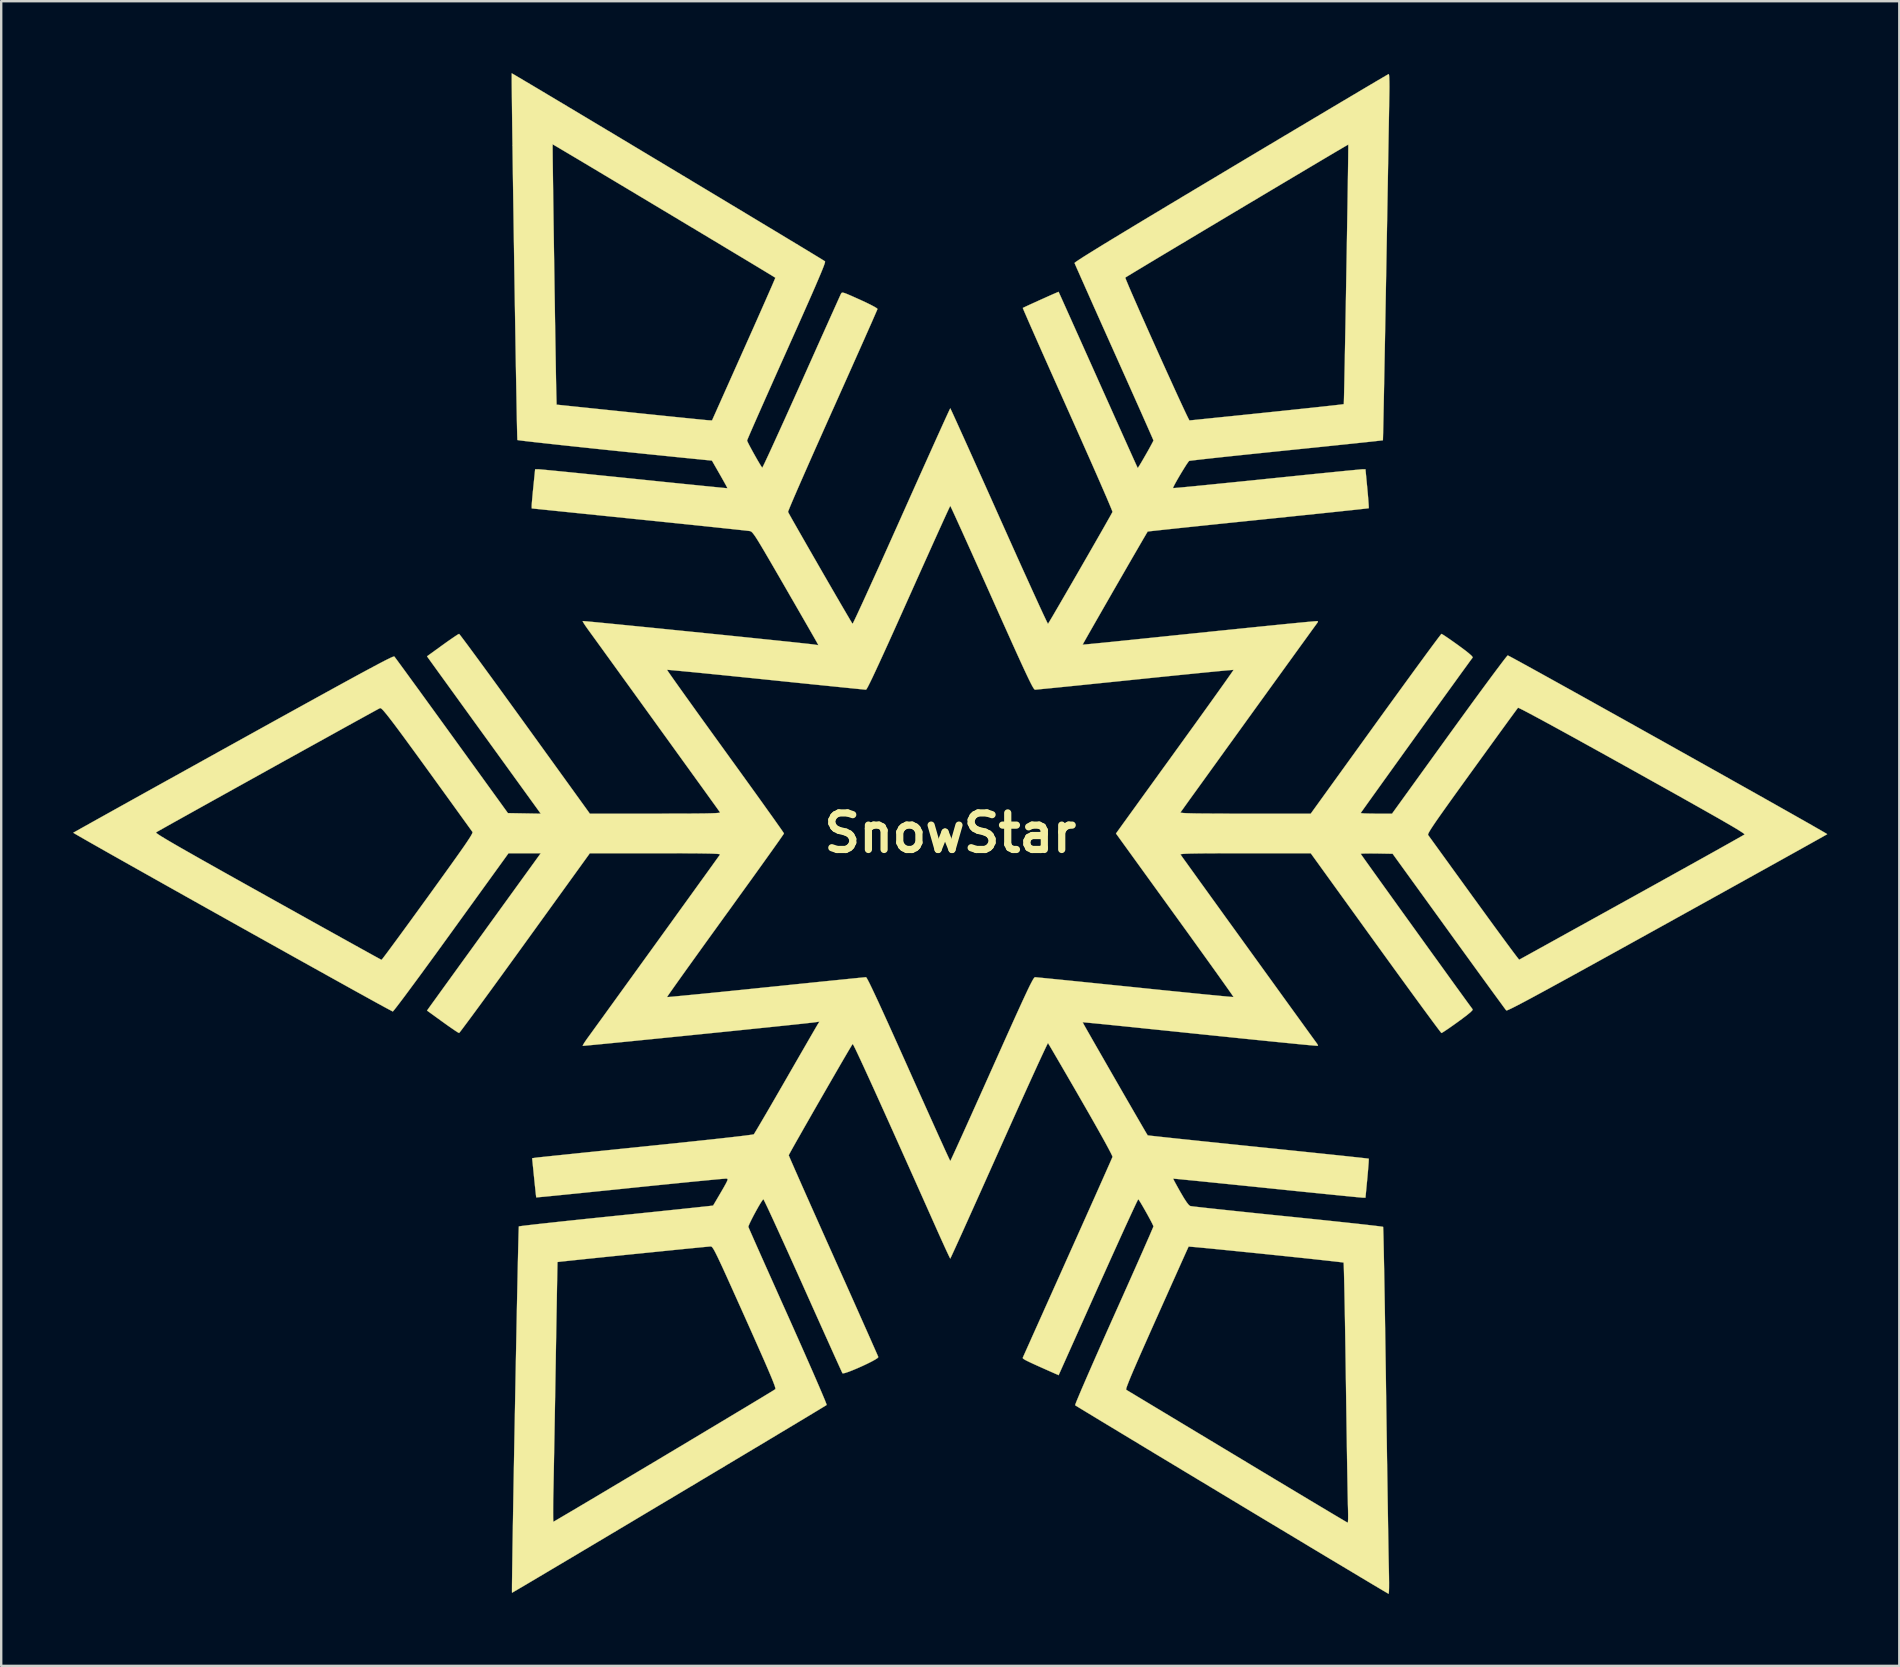
<source format=kicad_pcb>
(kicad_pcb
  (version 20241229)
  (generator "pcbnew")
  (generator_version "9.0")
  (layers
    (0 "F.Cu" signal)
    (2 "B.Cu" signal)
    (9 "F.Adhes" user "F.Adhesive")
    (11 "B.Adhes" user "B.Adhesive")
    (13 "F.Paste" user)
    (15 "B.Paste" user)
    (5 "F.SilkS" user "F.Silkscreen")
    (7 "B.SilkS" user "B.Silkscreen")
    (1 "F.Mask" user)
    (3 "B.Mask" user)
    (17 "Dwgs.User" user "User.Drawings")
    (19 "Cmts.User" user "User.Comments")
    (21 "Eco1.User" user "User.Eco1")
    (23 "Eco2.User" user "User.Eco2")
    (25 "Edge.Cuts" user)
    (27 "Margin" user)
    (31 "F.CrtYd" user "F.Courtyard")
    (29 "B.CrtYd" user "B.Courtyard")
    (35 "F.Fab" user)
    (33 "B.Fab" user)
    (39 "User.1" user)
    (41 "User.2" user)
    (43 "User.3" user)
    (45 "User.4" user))
  (footprint "SnowStar"
    (layer "F.Cu")
    (at 36.547 31.658)
    (property "Reference" "SnowStar" (at 0 0 0) (layer "F.SilkS") (effects (font (size 1.524 1.524) (thickness 0.3))))
    (attr through_hole)
    (fp_poly (pts (xy -18.236 -31.633) (xy -18.13 -31.572) (xy -17.962 -31.472) (xy -17.734 -31.337) (xy -17.451 -31.169) (xy -17.117 -30.971) (xy -16.738 -30.744) (xy -16.317 -30.493) (xy -15.859 -30.219) (xy -15.369 -29.926) (xy -14.849 -29.615) (xy -14.307 -29.29) (xy -13.744 -28.953) (xy -13.167 -28.607) (xy -12.579 -28.254) (xy -11.984 -27.897) (xy -11.388 -27.539) (xy -10.795 -27.183) (xy -10.209 -26.831) (xy -9.634 -26.486) (xy -9.075 -26.149) (xy -8.536 -25.825) (xy -8.023 -25.516) (xy -7.538 -25.224) (xy -7.087 -24.953) (xy -6.674 -24.703) (xy -6.304 -24.48) (xy -5.98 -24.284) (xy -5.708 -24.119) (xy -5.491 -23.987) (xy -5.335 -23.891) (xy -5.243 -23.833) (xy -5.219 -23.818) (xy -5.218 -23.792) (xy -5.233 -23.732) (xy -5.268 -23.632) (xy -5.323 -23.49) (xy -5.4 -23.302) (xy -5.501 -23.064) (xy -5.626 -22.772) (xy -5.778 -22.423) (xy -5.959 -22.013) (xy -6.169 -21.539) (xy -6.41 -20.997) (xy -6.685 -20.383) (xy -6.817 -20.087) (xy -7.053 -19.56) (xy -7.279 -19.054) (xy -7.492 -18.575) (xy -7.691 -18.128) (xy -7.872 -17.719) (xy -8.034 -17.353) (xy -8.174 -17.035) (xy -8.289 -16.772) (xy -8.378 -16.567) (xy -8.437 -16.427) (xy -8.465 -16.358) (xy -8.467 -16.351) (xy -8.447 -16.299) (xy -8.393 -16.19) (xy -8.314 -16.041) (xy -8.22 -15.868) (xy -8.119 -15.688) (xy -8.021 -15.516) (xy -7.935 -15.371) (xy -7.87 -15.267) (xy -7.835 -15.221) (xy -7.834 -15.22) (xy -7.813 -15.256) (xy -7.76 -15.363) (xy -7.678 -15.537) (xy -7.568 -15.772) (xy -7.434 -16.063) (xy -7.278 -16.405) (xy -7.102 -16.792) (xy -6.908 -17.219) (xy -6.7 -17.681) (xy -6.479 -18.172) (xy -6.248 -18.687) (xy -6.203 -18.788) (xy -5.97 -19.31) (xy -5.746 -19.81) (xy -5.534 -20.285) (xy -5.336 -20.727) (xy -5.154 -21.132) (xy -4.992 -21.493) (xy -4.851 -21.807) (xy -4.735 -22.065) (xy -4.645 -22.265) (xy -4.585 -22.398) (xy -4.556 -22.461) (xy -4.554 -22.464) (xy -4.536 -22.495) (xy -4.511 -22.512) (xy -4.467 -22.512) (xy -4.394 -22.493) (xy -4.282 -22.449) (xy -4.119 -22.379) (xy -3.895 -22.279) (xy -3.768 -22.222) (xy -3.523 -22.109) (xy -3.317 -22.008) (xy -3.16 -21.925) (xy -3.062 -21.865) (xy -3.033 -21.834) (xy -3.05 -21.789) (xy -3.101 -21.672) (xy -3.181 -21.488) (xy -3.289 -21.241) (xy -3.424 -20.938) (xy -3.581 -20.582) (xy -3.76 -20.18) (xy -3.958 -19.736) (xy -4.172 -19.255) (xy -4.401 -18.743) (xy -4.642 -18.204) (xy -4.893 -17.643) (xy -4.908 -17.611) (xy -5.159 -17.049) (xy -5.4 -16.508) (xy -5.629 -15.994) (xy -5.843 -15.51) (xy -6.04 -15.063) (xy -6.218 -14.658) (xy -6.375 -14.299) (xy -6.508 -13.991) (xy -6.615 -13.74) (xy -6.694 -13.551) (xy -6.743 -13.429) (xy -6.76 -13.378) (xy -6.76 -13.377) (xy -6.736 -13.331) (xy -6.675 -13.22) (xy -6.58 -13.05) (xy -6.455 -12.831) (xy -6.306 -12.569) (xy -6.136 -12.272) (xy -5.95 -11.947) (xy -5.753 -11.604) (xy -5.548 -11.248) (xy -5.341 -10.888) (xy -5.135 -10.531) (xy -4.935 -10.185) (xy -4.745 -9.858) (xy -4.571 -9.558) (xy -4.415 -9.291) (xy -4.283 -9.066) (xy -4.18 -8.89) (xy -4.108 -8.771) (xy -4.074 -8.716) (xy -4.072 -8.714) (xy -4.051 -8.748) (xy -3.998 -8.855) (xy -3.915 -9.03) (xy -3.805 -9.267) (xy -3.668 -9.563) (xy -3.508 -9.913) (xy -3.327 -10.312) (xy -3.126 -10.754) (xy -2.908 -11.236) (xy -2.676 -11.752) (xy -2.431 -12.298) (xy -2.175 -12.869) (xy -2.032 -13.189) (xy -1.771 -13.773) (xy -1.52 -14.334) (xy -1.281 -14.868) (xy -1.055 -15.371) (xy -0.845 -15.838) (xy -0.654 -16.263) (xy -0.483 -16.642) (xy -0.334 -16.971) (xy -0.21 -17.244) (xy -0.112 -17.457) (xy -0.044 -17.604) (xy -0.006 -17.682) (xy 0 -17.693) (xy 0.02 -17.655) (xy 0.072 -17.545) (xy 0.154 -17.366) (xy 0.264 -17.125) (xy 0.399 -16.826) (xy 0.559 -16.473) (xy 0.74 -16.072) (xy 0.94 -15.627) (xy 1.157 -15.143) (xy 1.39 -14.625) (xy 1.635 -14.078) (xy 1.891 -13.506) (xy 2.032 -13.189) (xy 2.293 -12.607) (xy 2.544 -12.046) (xy 2.783 -11.513) (xy 3.009 -11.012) (xy 3.22 -10.548) (xy 3.412 -10.124) (xy 3.584 -9.748) (xy 3.733 -9.422) (xy 3.858 -9.152) (xy 3.957 -8.942) (xy 4.026 -8.798) (xy 4.065 -8.723) (xy 4.072 -8.714) (xy 4.1 -8.756) (xy 4.165 -8.865) (xy 4.264 -9.031) (xy 4.391 -9.249) (xy 4.543 -9.509) (xy 4.714 -9.804) (xy 4.901 -10.127) (xy 5.1 -10.47) (xy 5.305 -10.825) (xy 5.512 -11.185) (xy 5.718 -11.542) (xy 5.917 -11.889) (xy 6.105 -12.217) (xy 6.278 -12.519) (xy 6.431 -12.788) (xy 6.56 -13.016) (xy 6.661 -13.194) (xy 6.728 -13.316) (xy 6.759 -13.374) (xy 6.76 -13.377) (xy 6.745 -13.424) (xy 6.698 -13.542) (xy 6.62 -13.728) (xy 6.515 -13.976) (xy 6.383 -14.28) (xy 6.228 -14.637) (xy 6.051 -15.041) (xy 5.855 -15.486) (xy 5.641 -15.968) (xy 5.413 -16.482) (xy 5.172 -17.023) (xy 4.921 -17.586) (xy 4.892 -17.65) (xy 4.64 -18.214) (xy 4.398 -18.755) (xy 4.168 -19.27) (xy 3.953 -19.753) (xy 3.755 -20.199) (xy 3.576 -20.604) (xy 3.418 -20.962) (xy 3.283 -21.268) (xy 3.175 -21.517) (xy 3.093 -21.705) (xy 3.042 -21.826) (xy 3.023 -21.875) (xy 3.023 -21.876) (xy 3.065 -21.897) (xy 3.168 -21.946) (xy 3.319 -22.016) (xy 3.504 -22.1) (xy 3.706 -22.192) (xy 3.914 -22.285) (xy 4.111 -22.374) (xy 4.283 -22.45) (xy 4.417 -22.508) (xy 4.498 -22.542) (xy 4.515 -22.548) (xy 4.532 -22.509) (xy 4.582 -22.399) (xy 4.662 -22.222) (xy 4.769 -21.983) (xy 4.901 -21.689) (xy 5.056 -21.344) (xy 5.231 -20.953) (xy 5.424 -20.523) (xy 5.632 -20.058) (xy 5.854 -19.563) (xy 6.086 -19.045) (xy 6.159 -18.881) (xy 6.394 -18.356) (xy 6.62 -17.853) (xy 6.833 -17.377) (xy 7.031 -16.935) (xy 7.212 -16.531) (xy 7.374 -16.171) (xy 7.514 -15.859) (xy 7.63 -15.602) (xy 7.719 -15.404) (xy 7.78 -15.272) (xy 7.808 -15.21) (xy 7.811 -15.205) (xy 7.834 -15.235) (xy 7.89 -15.323) (xy 7.97 -15.456) (xy 8.064 -15.618) (xy 8.165 -15.794) (xy 8.264 -15.968) (xy 8.351 -16.127) (xy 8.419 -16.254) (xy 8.46 -16.335) (xy 8.467 -16.355) (xy 8.45 -16.397) (xy 8.401 -16.511) (xy 8.321 -16.692) (xy 8.215 -16.933) (xy 8.083 -17.231) (xy 7.929 -17.579) (xy 7.754 -17.971) (xy 7.561 -18.404) (xy 7.353 -18.87) (xy 7.131 -19.366) (xy 6.899 -19.884) (xy 6.831 -20.036) (xy 6.596 -20.561) (xy 6.37 -21.065) (xy 6.157 -21.542) (xy 5.958 -21.987) (xy 5.777 -22.395) (xy 5.615 -22.759) (xy 5.475 -23.075) (xy 5.445 -23.141) (xy 7.294 -23.141) (xy 7.306 -23.099) (xy 7.351 -22.987) (xy 7.424 -22.812) (xy 7.522 -22.582) (xy 7.643 -22.304) (xy 7.783 -21.986) (xy 7.938 -21.633) (xy 8.107 -21.254) (xy 8.284 -20.855) (xy 8.468 -20.445) (xy 8.654 -20.03) (xy 8.84 -19.617) (xy 9.023 -19.213) (xy 9.199 -18.827) (xy 9.364 -18.464) (xy 9.516 -18.132) (xy 9.652 -17.839) (xy 9.767 -17.592) (xy 9.86 -17.397) (xy 9.926 -17.263) (xy 9.963 -17.195) (xy 9.969 -17.189) (xy 10.017 -17.194) (xy 10.143 -17.206) (xy 10.339 -17.226) (xy 10.6 -17.253) (xy 10.919 -17.286) (xy 11.289 -17.324) (xy 11.704 -17.366) (xy 12.157 -17.413) (xy 12.641 -17.463) (xy 13.15 -17.516) (xy 13.197 -17.521) (xy 13.708 -17.574) (xy 14.193 -17.625) (xy 14.647 -17.673) (xy 15.063 -17.717) (xy 15.434 -17.757) (xy 15.755 -17.792) (xy 16.018 -17.821) (xy 16.217 -17.844) (xy 16.345 -17.86) (xy 16.397 -17.868) (xy 16.397 -17.868) (xy 16.4 -17.912) (xy 16.404 -18.034) (xy 16.409 -18.229) (xy 16.415 -18.489) (xy 16.422 -18.81) (xy 16.429 -19.185) (xy 16.438 -19.608) (xy 16.446 -20.072) (xy 16.456 -20.572) (xy 16.466 -21.101) (xy 16.476 -21.654) (xy 16.486 -22.224) (xy 16.496 -22.805) (xy 16.506 -23.391) (xy 16.516 -23.975) (xy 16.526 -24.553) (xy 16.535 -25.117) (xy 16.544 -25.661) (xy 16.553 -26.18) (xy 16.56 -26.666) (xy 16.567 -27.115) (xy 16.573 -27.52) (xy 16.578 -27.874) (xy 16.582 -28.172) (xy 16.584 -28.408) (xy 16.586 -28.575) (xy 16.585 -28.667) (xy 16.585 -28.684) (xy 16.548 -28.664) (xy 16.444 -28.604) (xy 16.277 -28.506) (xy 16.054 -28.375) (xy 15.779 -28.212) (xy 15.458 -28.022) (xy 15.096 -27.807) (xy 14.698 -27.57) (xy 14.269 -27.315) (xy 13.815 -27.045) (xy 13.341 -26.763) (xy 12.852 -26.471) (xy 12.353 -26.174) (xy 11.85 -25.874) (xy 11.348 -25.574) (xy 10.853 -25.278) (xy 10.368 -24.989) (xy 9.901 -24.709) (xy 9.455 -24.443) (xy 9.036 -24.192) (xy 8.65 -23.961) (xy 8.302 -23.752) (xy 7.997 -23.568) (xy 7.739 -23.413) (xy 7.536 -23.29) (xy 7.391 -23.202) (xy 7.31 -23.152) (xy 7.294 -23.141) (xy 5.445 -23.141) (xy 5.359 -23.337) (xy 5.269 -23.539) (xy 5.209 -23.676) (xy 5.181 -23.744) (xy 5.179 -23.749) (xy 5.201 -23.772) (xy 5.272 -23.823) (xy 5.393 -23.904) (xy 5.567 -24.016) (xy 5.796 -24.159) (xy 6.08 -24.335) (xy 6.421 -24.545) (xy 6.822 -24.789) (xy 7.283 -25.068) (xy 7.807 -25.385) (xy 8.395 -25.739) (xy 9.049 -26.132) (xy 9.77 -26.564) (xy 10.561 -27.037) (xy 11.422 -27.552) (xy 11.699 -27.718) (xy 12.382 -28.126) (xy 13.047 -28.523) (xy 13.689 -28.906) (xy 14.303 -29.272) (xy 14.888 -29.62) (xy 15.438 -29.948) (xy 15.951 -30.253) (xy 16.422 -30.533) (xy 16.849 -30.786) (xy 17.226 -31.01) (xy 17.552 -31.203) (xy 17.821 -31.362) (xy 18.031 -31.485) (xy 18.178 -31.571) (xy 18.258 -31.616) (xy 18.272 -31.623) (xy 18.283 -31.583) (xy 18.292 -31.472) (xy 18.297 -31.304) (xy 18.299 -31.092) (xy 18.297 -30.893) (xy 18.281 -29.947) (xy 18.264 -29.004) (xy 18.248 -28.066) (xy 18.232 -27.138) (xy 18.216 -26.224) (xy 18.2 -25.326) (xy 18.184 -24.449) (xy 18.169 -23.597) (xy 18.154 -22.774) (xy 18.14 -21.982) (xy 18.126 -21.227) (xy 18.113 -20.512) (xy 18.1 -19.841) (xy 18.088 -19.217) (xy 18.077 -18.644) (xy 18.067 -18.126) (xy 18.058 -17.668) (xy 18.05 -17.271) (xy 18.043 -16.942) (xy 18.037 -16.682) (xy 18.032 -16.497) (xy 18.029 -16.39) (xy 18.027 -16.362) (xy 17.984 -16.356) (xy 17.862 -16.342) (xy 17.668 -16.32) (xy 17.407 -16.292) (xy 17.085 -16.258) (xy 16.708 -16.218) (xy 16.281 -16.174) (xy 15.811 -16.125) (xy 15.303 -16.072) (xy 14.763 -16.017) (xy 14.197 -15.959) (xy 14.012 -15.94) (xy 13.438 -15.881) (xy 12.888 -15.824) (xy 12.366 -15.77) (xy 11.88 -15.719) (xy 11.435 -15.672) (xy 11.038 -15.629) (xy 10.693 -15.591) (xy 10.407 -15.559) (xy 10.186 -15.533) (xy 10.035 -15.515) (xy 9.961 -15.504) (xy 9.955 -15.502) (xy 9.917 -15.458) (xy 9.848 -15.359) (xy 9.759 -15.219) (xy 9.657 -15.053) (xy 9.552 -14.878) (xy 9.453 -14.707) (xy 9.369 -14.557) (xy 9.309 -14.441) (xy 9.281 -14.377) (xy 9.281 -14.369) (xy 9.325 -14.371) (xy 9.447 -14.381) (xy 9.641 -14.398) (xy 9.902 -14.423) (xy 10.223 -14.454) (xy 10.599 -14.491) (xy 11.024 -14.534) (xy 11.492 -14.581) (xy 11.997 -14.632) (xy 12.533 -14.686) (xy 13.095 -14.744) (xy 13.19 -14.754) (xy 13.757 -14.812) (xy 14.302 -14.868) (xy 14.818 -14.921) (xy 15.3 -14.97) (xy 15.741 -15.014) (xy 16.135 -15.054) (xy 16.476 -15.088) (xy 16.758 -15.115) (xy 16.974 -15.136) (xy 17.12 -15.15) (xy 17.188 -15.155) (xy 17.191 -15.155) (xy 17.301 -15.155) (xy 17.378 -14.351) (xy 17.401 -14.099) (xy 17.419 -13.879) (xy 17.432 -13.702) (xy 17.439 -13.582) (xy 17.438 -13.532) (xy 17.437 -13.531) (xy 17.394 -13.525) (xy 17.271 -13.511) (xy 17.076 -13.489) (xy 16.812 -13.46) (xy 16.486 -13.426) (xy 16.103 -13.385) (xy 15.668 -13.339) (xy 15.187 -13.289) (xy 14.665 -13.235) (xy 14.107 -13.177) (xy 13.52 -13.116) (xy 12.908 -13.053) (xy 12.831 -13.045) (xy 12.217 -12.982) (xy 11.626 -12.921) (xy 11.065 -12.863) (xy 10.538 -12.808) (xy 10.052 -12.757) (xy 9.611 -12.711) (xy 9.221 -12.669) (xy 8.888 -12.634) (xy 8.617 -12.604) (xy 8.412 -12.582) (xy 8.281 -12.566) (xy 8.227 -12.559) (xy 8.226 -12.559) (xy 8.201 -12.518) (xy 8.138 -12.412) (xy 8.042 -12.248) (xy 7.918 -12.034) (xy 7.769 -11.777) (xy 7.599 -11.484) (xy 7.414 -11.164) (xy 7.217 -10.822) (xy 7.013 -10.468) (xy 6.806 -10.109) (xy 6.601 -9.751) (xy 6.401 -9.403) (xy 6.211 -9.071) (xy 6.035 -8.764) (xy 5.878 -8.489) (xy 5.744 -8.254) (xy 5.637 -8.065) (xy 5.561 -7.93) (xy 5.521 -7.858) (xy 5.516 -7.847) (xy 5.559 -7.849) (xy 5.678 -7.859) (xy 5.864 -7.877) (xy 6.11 -7.901) (xy 6.408 -7.93) (xy 6.749 -7.964) (xy 7.124 -8.003) (xy 7.526 -8.044) (xy 7.536 -8.045) (xy 8.545 -8.149) (xy 9.472 -8.245) (xy 10.319 -8.332) (xy 11.091 -8.412) (xy 11.788 -8.483) (xy 12.414 -8.547) (xy 12.971 -8.604) (xy 13.461 -8.653) (xy 13.888 -8.696) (xy 14.254 -8.732) (xy 14.561 -8.762) (xy 14.812 -8.786) (xy 15.01 -8.804) (xy 15.157 -8.817) (xy 15.255 -8.824) (xy 15.308 -8.827) (xy 15.318 -8.826) (xy 15.313 -8.782) (xy 15.294 -8.753) (xy 15.261 -8.708) (xy 15.183 -8.601) (xy 15.062 -8.435) (xy 14.905 -8.217) (xy 14.713 -7.952) (xy 14.491 -7.646) (xy 14.243 -7.302) (xy 13.972 -6.928) (xy 13.683 -6.527) (xy 13.378 -6.106) (xy 13.063 -5.669) (xy 12.74 -5.223) (xy 12.414 -4.771) (xy 12.089 -4.32) (xy 11.767 -3.874) (xy 11.453 -3.44) (xy 11.152 -3.021) (xy 10.865 -2.624) (xy 10.599 -2.254) (xy 10.355 -1.916) (xy 10.138 -1.616) (xy 9.952 -1.358) (xy 9.801 -1.147) (xy 9.689 -0.99) (xy 9.618 -0.892) (xy 9.594 -0.857) (xy 9.603 -0.846) (xy 9.647 -0.837) (xy 9.731 -0.829) (xy 9.861 -0.822) (xy 10.041 -0.817) (xy 10.276 -0.812) (xy 10.573 -0.809) (xy 10.935 -0.807) (xy 11.367 -0.805) (xy 11.876 -0.804) (xy 12.292 -0.804) (xy 15.021 -0.804) (xy 17.723 -4.549) (xy 18.085 -5.05) (xy 18.434 -5.531) (xy 18.766 -5.988) (xy 19.078 -6.417) (xy 19.366 -6.813) (xy 19.629 -7.172) (xy 19.861 -7.489) (xy 20.061 -7.76) (xy 20.225 -7.98) (xy 20.349 -8.145) (xy 20.431 -8.251) (xy 20.467 -8.294) (xy 20.468 -8.294) (xy 20.514 -8.271) (xy 20.617 -8.205) (xy 20.765 -8.105) (xy 20.948 -7.977) (xy 21.153 -7.831) (xy 21.158 -7.827) (xy 21.412 -7.64) (xy 21.596 -7.496) (xy 21.713 -7.393) (xy 21.766 -7.33) (xy 21.768 -7.309) (xy 21.717 -7.241) (xy 21.623 -7.113) (xy 21.491 -6.93) (xy 21.323 -6.7) (xy 21.126 -6.427) (xy 20.902 -6.117) (xy 20.655 -5.776) (xy 20.391 -5.41) (xy 20.113 -5.024) (xy 19.825 -4.625) (xy 19.532 -4.218) (xy 19.238 -3.809) (xy 18.946 -3.404) (xy 18.662 -3.008) (xy 18.388 -2.627) (xy 18.13 -2.268) (xy 17.892 -1.936) (xy 17.677 -1.636) (xy 17.49 -1.375) (xy 17.335 -1.158) (xy 17.216 -0.991) (xy 17.138 -0.881) (xy 17.104 -0.831) (xy 17.103 -0.829) (xy 17.143 -0.821) (xy 17.253 -0.813) (xy 17.419 -0.808) (xy 17.626 -0.805) (xy 17.756 -0.804) (xy 18.409 -0.804) (xy 20.793 -4.106) (xy 21.133 -4.575) (xy 21.46 -5.025) (xy 21.769 -5.45) (xy 22.058 -5.845) (xy 22.324 -6.206) (xy 22.562 -6.528) (xy 22.77 -6.807) (xy 22.943 -7.037) (xy 23.078 -7.215) (xy 23.173 -7.335) (xy 23.223 -7.392) (xy 23.23 -7.397) (xy 23.276 -7.375) (xy 23.392 -7.314) (xy 23.571 -7.217) (xy 23.811 -7.086) (xy 24.105 -6.924) (xy 24.45 -6.734) (xy 24.842 -6.517) (xy 25.275 -6.277) (xy 25.745 -6.016) (xy 26.249 -5.736) (xy 26.78 -5.44) (xy 27.335 -5.13) (xy 27.91 -4.81) (xy 28.499 -4.481) (xy 29.099 -4.145) (xy 29.705 -3.807) (xy 30.311 -3.467) (xy 30.915 -3.129) (xy 31.511 -2.795) (xy 32.095 -2.468) (xy 32.662 -2.149) (xy 33.209 -1.842) (xy 33.729 -1.55) (xy 34.22 -1.273) (xy 34.675 -1.016) (xy 35.092 -0.781) (xy 35.466 -0.569) (xy 35.791 -0.385) (xy 36.063 -0.229) (xy 36.279 -0.105) (xy 36.433 -0.016) (xy 36.521 0.037) (xy 36.541 0.052) (xy 36.502 0.075) (xy 36.392 0.137) (xy 36.215 0.237) (xy 35.975 0.371) (xy 35.677 0.538) (xy 35.323 0.735) (xy 34.917 0.961) (xy 34.463 1.214) (xy 33.965 1.491) (xy 33.426 1.79) (xy 32.851 2.11) (xy 32.242 2.448) (xy 31.604 2.802) (xy 30.94 3.17) (xy 30.255 3.55) (xy 29.866 3.766) (xy 29.015 4.237) (xy 28.235 4.669) (xy 27.524 5.062) (xy 26.878 5.419) (xy 26.296 5.74) (xy 25.773 6.028) (xy 25.307 6.283) (xy 24.896 6.508) (xy 24.536 6.703) (xy 24.226 6.871) (xy 23.961 7.013) (xy 23.74 7.129) (xy 23.56 7.223) (xy 23.417 7.295) (xy 23.309 7.347) (xy 23.234 7.38) (xy 23.188 7.396) (xy 23.168 7.396) (xy 23.136 7.355) (xy 23.058 7.25) (xy 22.938 7.085) (xy 22.778 6.867) (xy 22.583 6.6) (xy 22.356 6.288) (xy 22.1 5.936) (xy 21.82 5.55) (xy 21.518 5.133) (xy 21.198 4.692) (xy 20.864 4.23) (xy 20.774 4.105) (xy 18.433 0.868) (xy 17.768 0.856) (xy 17.541 0.854) (xy 17.348 0.855) (xy 17.202 0.859) (xy 17.118 0.865) (xy 17.103 0.871) (xy 17.127 0.906) (xy 17.196 1.005) (xy 17.307 1.161) (xy 17.455 1.368) (xy 17.635 1.62) (xy 17.845 1.913) (xy 18.079 2.239) (xy 18.333 2.593) (xy 18.604 2.97) (xy 18.886 3.363) (xy 19.177 3.766) (xy 19.471 4.175) (xy 19.765 4.583) (xy 20.054 4.985) (xy 20.335 5.373) (xy 20.602 5.744) (xy 20.852 6.091) (xy 21.081 6.408) (xy 21.285 6.689) (xy 21.459 6.929) (xy 21.599 7.122) (xy 21.702 7.262) (xy 21.762 7.343) (xy 21.768 7.351) (xy 21.754 7.392) (xy 21.677 7.47) (xy 21.535 7.587) (xy 21.325 7.747) (xy 21.158 7.869) (xy 20.953 8.016) (xy 20.77 8.144) (xy 20.62 8.245) (xy 20.516 8.312) (xy 20.469 8.337) (xy 20.468 8.337) (xy 20.438 8.303) (xy 20.362 8.205) (xy 20.243 8.047) (xy 20.084 7.833) (xy 19.889 7.568) (xy 19.66 7.257) (xy 19.401 6.903) (xy 19.116 6.512) (xy 18.807 6.087) (xy 18.477 5.633) (xy 18.131 5.155) (xy 17.77 4.656) (xy 17.723 4.591) (xy 15.021 0.847) (xy 12.292 0.847) (xy 11.725 0.847) (xy 11.238 0.848) (xy 10.826 0.85) (xy 10.483 0.852) (xy 10.204 0.856) (xy 9.985 0.86) (xy 9.819 0.866) (xy 9.703 0.873) (xy 9.631 0.882) (xy 9.597 0.892) (xy 9.594 0.9) (xy 9.622 0.939) (xy 9.695 1.042) (xy 9.811 1.203) (xy 9.965 1.417) (xy 10.153 1.678) (xy 10.371 1.982) (xy 10.617 2.322) (xy 10.885 2.694) (xy 11.173 3.093) (xy 11.475 3.513) (xy 11.79 3.948) (xy 12.112 4.394) (xy 12.438 4.846) (xy 12.764 5.297) (xy 13.086 5.743) (xy 13.401 6.179) (xy 13.704 6.599) (xy 13.992 6.998) (xy 14.261 7.37) (xy 14.508 7.711) (xy 14.728 8.015) (xy 14.917 8.277) (xy 15.072 8.491) (xy 15.19 8.653) (xy 15.265 8.756) (xy 15.294 8.796) (xy 15.322 8.852) (xy 15.318 8.868) (xy 15.294 8.869) (xy 15.226 8.865) (xy 15.111 8.855) (xy 14.946 8.841) (xy 14.73 8.821) (xy 14.459 8.795) (xy 14.132 8.762) (xy 13.745 8.724) (xy 13.295 8.679) (xy 12.782 8.627) (xy 12.201 8.568) (xy 11.55 8.501) (xy 10.827 8.427) (xy 10.029 8.345) (xy 9.153 8.254) (xy 8.198 8.156) (xy 7.536 8.087) (xy 7.133 8.046) (xy 6.757 8.008) (xy 6.415 7.973) (xy 6.117 7.944) (xy 5.869 7.92) (xy 5.681 7.902) (xy 5.561 7.892) (xy 5.516 7.889) (xy 5.516 7.889) (xy 5.535 7.926) (xy 5.592 8.029) (xy 5.683 8.19) (xy 5.804 8.402) (xy 5.949 8.657) (xy 6.116 8.948) (xy 6.299 9.267) (xy 6.494 9.607) (xy 6.697 9.961) (xy 6.904 10.321) (xy 7.11 10.679) (xy 7.311 11.028) (xy 7.503 11.36) (xy 7.681 11.668) (xy 7.842 11.945) (xy 7.98 12.183) (xy 8.091 12.375) (xy 8.172 12.512) (xy 8.218 12.588) (xy 8.226 12.601) (xy 8.27 12.607) (xy 8.392 12.622) (xy 8.587 12.643) (xy 8.851 12.672) (xy 9.177 12.707) (xy 9.56 12.748) (xy 9.995 12.793) (xy 10.476 12.844) (xy 10.998 12.898) (xy 11.555 12.956) (xy 12.142 13.017) (xy 12.754 13.08) (xy 12.831 13.088) (xy 13.446 13.151) (xy 14.036 13.212) (xy 14.597 13.27) (xy 15.124 13.325) (xy 15.611 13.376) (xy 16.052 13.422) (xy 16.442 13.463) (xy 16.775 13.499) (xy 17.047 13.528) (xy 17.251 13.551) (xy 17.383 13.566) (xy 17.436 13.573) (xy 17.437 13.573) (xy 17.439 13.618) (xy 17.433 13.734) (xy 17.42 13.907) (xy 17.402 14.126) (xy 17.38 14.375) (xy 17.378 14.393) (xy 17.301 15.198) (xy 17.191 15.198) (xy 17.134 15.193) (xy 16.998 15.181) (xy 16.791 15.161) (xy 16.517 15.134) (xy 16.184 15.101) (xy 15.797 15.062) (xy 15.362 15.018) (xy 14.886 14.97) (xy 14.374 14.918) (xy 13.832 14.862) (xy 13.267 14.804) (xy 13.19 14.796) (xy 12.625 14.738) (xy 12.084 14.683) (xy 11.574 14.631) (xy 11.1 14.583) (xy 10.668 14.539) (xy 10.284 14.5) (xy 9.954 14.468) (xy 9.683 14.441) (xy 9.479 14.421) (xy 9.345 14.409) (xy 9.289 14.405) (xy 9.287 14.405) (xy 9.304 14.443) (xy 9.355 14.542) (xy 9.435 14.688) (xy 9.535 14.868) (xy 9.59 14.965) (xy 9.738 15.217) (xy 9.855 15.395) (xy 9.942 15.504) (xy 10 15.546) (xy 10.055 15.555) (xy 10.189 15.572) (xy 10.394 15.595) (xy 10.666 15.626) (xy 10.999 15.662) (xy 11.385 15.703) (xy 11.82 15.749) (xy 12.296 15.799) (xy 12.809 15.853) (xy 13.352 15.909) (xy 13.919 15.967) (xy 14.053 15.98) (xy 14.623 16.039) (xy 15.169 16.095) (xy 15.685 16.149) (xy 16.165 16.2) (xy 16.604 16.247) (xy 16.995 16.289) (xy 17.333 16.327) (xy 17.611 16.359) (xy 17.824 16.384) (xy 17.967 16.403) (xy 18.032 16.413) (xy 18.036 16.415) (xy 18.039 16.46) (xy 18.044 16.585) (xy 18.05 16.786) (xy 18.056 17.058) (xy 18.063 17.396) (xy 18.071 17.796) (xy 18.08 18.253) (xy 18.089 18.762) (xy 18.099 19.32) (xy 18.109 19.922) (xy 18.119 20.562) (xy 18.129 21.236) (xy 18.14 21.941) (xy 18.151 22.67) (xy 18.156 23.029) (xy 18.166 23.789) (xy 18.177 24.537) (xy 18.188 25.269) (xy 18.198 25.979) (xy 18.209 26.661) (xy 18.219 27.309) (xy 18.228 27.919) (xy 18.237 28.484) (xy 18.245 28.999) (xy 18.253 29.458) (xy 18.259 29.857) (xy 18.265 30.189) (xy 18.27 30.448) (xy 18.274 30.63) (xy 18.275 30.66) (xy 18.281 30.976) (xy 18.284 31.245) (xy 18.283 31.46) (xy 18.278 31.612) (xy 18.269 31.693) (xy 18.263 31.703) (xy 18.223 31.681) (xy 18.115 31.618) (xy 17.941 31.515) (xy 17.705 31.375) (xy 17.412 31.2) (xy 17.065 30.993) (xy 16.667 30.754) (xy 16.222 30.488) (xy 15.733 30.195) (xy 15.206 29.879) (xy 14.642 29.54) (xy 14.046 29.182) (xy 13.421 28.807) (xy 12.771 28.416) (xy 12.1 28.012) (xy 11.732 27.791) (xy 11.051 27.38) (xy 10.389 26.982) (xy 9.75 26.597) (xy 9.138 26.228) (xy 8.556 25.878) (xy 8.009 25.547) (xy 7.499 25.239) (xy 7.03 24.956) (xy 6.607 24.7) (xy 6.232 24.474) (xy 5.91 24.278) (xy 5.643 24.117) (xy 5.436 23.991) (xy 5.292 23.903) (xy 5.216 23.855) (xy 5.203 23.847) (xy 5.215 23.804) (xy 5.259 23.689) (xy 5.334 23.508) (xy 5.436 23.266) (xy 5.474 23.177) (xy 7.328 23.177) (xy 7.33 23.203) (xy 7.33 23.203) (xy 7.373 23.228) (xy 7.484 23.295) (xy 7.659 23.4) (xy 7.893 23.541) (xy 8.181 23.714) (xy 8.521 23.919) (xy 8.907 24.151) (xy 9.334 24.408) (xy 9.799 24.688) (xy 10.296 24.987) (xy 10.823 25.304) (xy 11.373 25.635) (xy 11.943 25.978) (xy 11.959 25.988) (xy 12.529 26.331) (xy 13.079 26.662) (xy 13.605 26.978) (xy 14.102 27.276) (xy 14.566 27.554) (xy 14.992 27.81) (xy 15.377 28.04) (xy 15.715 28.242) (xy 16.003 28.414) (xy 16.236 28.552) (xy 16.41 28.655) (xy 16.52 28.719) (xy 16.562 28.742) (xy 16.563 28.742) (xy 16.572 28.703) (xy 16.578 28.594) (xy 16.579 28.43) (xy 16.576 28.225) (xy 16.573 28.12) (xy 16.569 27.994) (xy 16.565 27.79) (xy 16.559 27.513) (xy 16.553 27.171) (xy 16.546 26.77) (xy 16.538 26.315) (xy 16.53 25.813) (xy 16.522 25.271) (xy 16.513 24.695) (xy 16.504 24.09) (xy 16.495 23.464) (xy 16.486 22.823) (xy 16.484 22.712) (xy 16.475 22.083) (xy 16.466 21.477) (xy 16.457 20.901) (xy 16.448 20.359) (xy 16.439 19.857) (xy 16.43 19.4) (xy 16.422 18.994) (xy 16.414 18.643) (xy 16.407 18.354) (xy 16.401 18.132) (xy 16.395 17.982) (xy 16.391 17.909) (xy 16.389 17.903) (xy 16.344 17.895) (xy 16.223 17.88) (xy 16.034 17.858) (xy 15.784 17.83) (xy 15.482 17.797) (xy 15.135 17.759) (xy 14.752 17.718) (xy 14.34 17.675) (xy 13.906 17.629) (xy 13.46 17.583) (xy 13.008 17.536) (xy 12.559 17.49) (xy 12.12 17.446) (xy 11.7 17.403) (xy 11.306 17.364) (xy 10.947 17.328) (xy 10.629 17.297) (xy 10.361 17.272) (xy 10.151 17.253) (xy 10.007 17.241) (xy 9.937 17.236) (xy 9.931 17.237) (xy 9.912 17.277) (xy 9.862 17.388) (xy 9.782 17.565) (xy 9.676 17.801) (xy 9.546 18.091) (xy 9.395 18.428) (xy 9.225 18.806) (xy 9.04 19.221) (xy 8.841 19.665) (xy 8.632 20.133) (xy 8.597 20.21) (xy 8.339 20.788) (xy 8.115 21.293) (xy 7.922 21.729) (xy 7.76 22.1) (xy 7.626 22.409) (xy 7.519 22.662) (xy 7.438 22.861) (xy 7.38 23.01) (xy 7.343 23.115) (xy 7.328 23.177) (xy 5.474 23.177) (xy 5.564 22.968) (xy 5.715 22.619) (xy 5.887 22.226) (xy 6.077 21.793) (xy 6.284 21.325) (xy 6.504 20.829) (xy 6.736 20.309) (xy 6.817 20.129) (xy 7.053 19.601) (xy 7.279 19.096) (xy 7.492 18.617) (xy 7.691 18.17) (xy 7.872 17.761) (xy 8.034 17.395) (xy 8.173 17.077) (xy 8.289 16.814) (xy 8.377 16.609) (xy 8.437 16.47) (xy 8.465 16.4) (xy 8.466 16.393) (xy 8.446 16.341) (xy 8.393 16.232) (xy 8.314 16.083) (xy 8.22 15.91) (xy 8.119 15.73) (xy 8.021 15.559) (xy 7.935 15.413) (xy 7.869 15.309) (xy 7.834 15.263) (xy 7.834 15.263) (xy 7.813 15.298) (xy 7.76 15.405) (xy 7.678 15.579) (xy 7.568 15.815) (xy 7.433 16.107) (xy 7.276 16.449) (xy 7.099 16.838) (xy 6.905 17.267) (xy 6.695 17.731) (xy 6.473 18.225) (xy 6.24 18.743) (xy 6.16 18.92) (xy 4.515 22.595) (xy 4.046 22.387) (xy 3.73 22.246) (xy 3.484 22.135) (xy 3.3 22.049) (xy 3.169 21.985) (xy 3.084 21.938) (xy 3.037 21.905) (xy 3.02 21.881) (xy 3.021 21.869) (xy 3.04 21.825) (xy 3.092 21.708) (xy 3.174 21.525) (xy 3.284 21.28) (xy 3.419 20.977) (xy 3.578 20.623) (xy 3.758 20.222) (xy 3.956 19.779) (xy 4.171 19.3) (xy 4.4 18.789) (xy 4.641 18.252) (xy 4.89 17.695) (xy 5.141 17.136) (xy 5.382 16.598) (xy 5.611 16.086) (xy 5.826 15.605) (xy 6.025 15.161) (xy 6.204 14.758) (xy 6.363 14.401) (xy 6.498 14.097) (xy 6.608 13.849) (xy 6.69 13.663) (xy 6.742 13.544) (xy 6.761 13.497) (xy 6.744 13.448) (xy 6.687 13.33) (xy 6.592 13.149) (xy 6.463 12.909) (xy 6.301 12.617) (xy 6.109 12.275) (xy 5.891 11.89) (xy 5.649 11.467) (xy 5.441 11.106) (xy 5.207 10.699) (xy 4.984 10.315) (xy 4.777 9.958) (xy 4.59 9.636) (xy 4.426 9.355) (xy 4.289 9.12) (xy 4.182 8.938) (xy 4.109 8.816) (xy 4.074 8.759) (xy 4.072 8.756) (xy 4.051 8.79) (xy 3.999 8.897) (xy 3.916 9.072) (xy 3.805 9.309) (xy 3.668 9.605) (xy 3.508 9.955) (xy 3.327 10.353) (xy 3.126 10.796) (xy 2.908 11.278) (xy 2.676 11.794) (xy 2.431 12.34) (xy 2.175 12.911) (xy 2.032 13.231) (xy 1.771 13.815) (xy 1.52 14.376) (xy 1.281 14.91) (xy 1.055 15.413) (xy 0.845 15.88) (xy 0.654 16.305) (xy 0.483 16.685) (xy 0.334 17.013) (xy 0.21 17.286) (xy 0.112 17.499) (xy 0.044 17.646) (xy 0.006 17.724) (xy 0 17.735) (xy -0.022 17.698) (xy -0.073 17.592) (xy -0.151 17.426) (xy -0.251 17.209) (xy -0.369 16.949) (xy -0.501 16.656) (xy -0.628 16.371) (xy -1.069 15.382) (xy -1.481 14.459) (xy -1.865 13.601) (xy -2.219 12.811) (xy -2.543 12.089) (xy -2.838 11.435) (xy -3.101 10.852) (xy -3.334 10.339) (xy -3.536 9.898) (xy -3.706 9.529) (xy -3.844 9.234) (xy -3.949 9.013) (xy -4.021 8.868) (xy -4.06 8.799) (xy -4.067 8.793) (xy -4.097 8.838) (xy -4.164 8.949) (xy -4.264 9.117) (xy -4.392 9.336) (xy -4.544 9.596) (xy -4.715 9.892) (xy -4.902 10.215) (xy -5.099 10.557) (xy -5.303 10.911) (xy -5.509 11.269) (xy -5.713 11.624) (xy -5.909 11.968) (xy -6.095 12.293) (xy -6.265 12.593) (xy -6.416 12.858) (xy -6.542 13.082) (xy -6.639 13.256) (xy -6.703 13.374) (xy -6.73 13.428) (xy -6.731 13.43) (xy -6.714 13.474) (xy -6.665 13.59) (xy -6.585 13.773) (xy -6.478 14.018) (xy -6.344 14.321) (xy -6.188 14.675) (xy -6.01 15.076) (xy -5.813 15.519) (xy -5.599 15.999) (xy -5.371 16.511) (xy -5.131 17.049) (xy -4.88 17.609) (xy -4.872 17.628) (xy -4.621 18.189) (xy -4.379 18.728) (xy -4.15 19.241) (xy -3.935 19.723) (xy -3.737 20.169) (xy -3.557 20.573) (xy -3.398 20.93) (xy -3.263 21.236) (xy -3.153 21.485) (xy -3.07 21.672) (xy -3.018 21.792) (xy -2.998 21.84) (xy -2.998 21.841) (xy -3.03 21.88) (xy -3.125 21.943) (xy -3.27 22.023) (xy -3.451 22.114) (xy -3.652 22.209) (xy -3.861 22.302) (xy -4.061 22.386) (xy -4.238 22.455) (xy -4.379 22.502) (xy -4.468 22.52) (xy -4.492 22.514) (xy -4.514 22.468) (xy -4.568 22.35) (xy -4.652 22.166) (xy -4.763 21.921) (xy -4.899 21.62) (xy -5.056 21.27) (xy -5.234 20.875) (xy -5.429 20.441) (xy -5.639 19.973) (xy -5.861 19.478) (xy -6.093 18.96) (xy -6.142 18.85) (xy -6.376 18.329) (xy -6.6 17.832) (xy -6.812 17.362) (xy -7.01 16.927) (xy -7.191 16.53) (xy -7.352 16.177) (xy -7.492 15.874) (xy -7.608 15.625) (xy -7.698 15.437) (xy -7.758 15.314) (xy -7.787 15.262) (xy -7.789 15.261) (xy -7.832 15.312) (xy -7.902 15.42) (xy -7.991 15.569) (xy -8.089 15.744) (xy -8.188 15.927) (xy -8.278 16.102) (xy -8.352 16.253) (xy -8.4 16.363) (xy -8.413 16.416) (xy -8.393 16.465) (xy -8.341 16.585) (xy -8.259 16.771) (xy -8.15 17.019) (xy -8.016 17.321) (xy -7.859 17.674) (xy -7.682 18.071) (xy -7.487 18.507) (xy -7.277 18.977) (xy -7.055 19.475) (xy -6.821 19.996) (xy -6.754 20.145) (xy -6.52 20.67) (xy -6.296 21.173) (xy -6.085 21.649) (xy -5.89 22.092) (xy -5.712 22.497) (xy -5.555 22.859) (xy -5.42 23.172) (xy -5.31 23.431) (xy -5.226 23.631) (xy -5.173 23.766) (xy -5.151 23.83) (xy -5.151 23.835) (xy -5.192 23.862) (xy -5.302 23.929) (xy -5.475 24.034) (xy -5.707 24.174) (xy -5.993 24.347) (xy -6.33 24.549) (xy -6.713 24.779) (xy -7.137 25.033) (xy -7.598 25.31) (xy -8.091 25.605) (xy -8.613 25.917) (xy -9.159 26.243) (xy -9.723 26.581) (xy -10.303 26.927) (xy -10.893 27.28) (xy -11.489 27.636) (xy -12.087 27.992) (xy -12.682 28.347) (xy -13.269 28.698) (xy -13.845 29.041) (xy -14.405 29.375) (xy -14.945 29.696) (xy -15.459 30.002) (xy -15.944 30.291) (xy -16.396 30.559) (xy -16.809 30.804) (xy -17.179 31.024) (xy -17.503 31.216) (xy -17.775 31.377) (xy -17.991 31.504) (xy -18.147 31.595) (xy -18.238 31.648) (xy -18.262 31.66) (xy -18.263 31.615) (xy -18.263 31.492) (xy -18.262 31.293) (xy -18.258 31.026) (xy -18.254 30.694) (xy -18.248 30.304) (xy -18.242 29.86) (xy -18.234 29.368) (xy -18.225 28.832) (xy -18.216 28.32) (xy -16.549 28.32) (xy -16.548 28.511) (xy -16.544 28.641) (xy -16.539 28.7) (xy -16.537 28.702) (xy -16.498 28.681) (xy -16.39 28.619) (xy -16.219 28.518) (xy -15.988 28.382) (xy -15.701 28.213) (xy -15.364 28.013) (xy -14.981 27.786) (xy -14.555 27.533) (xy -14.092 27.257) (xy -13.595 26.961) (xy -13.07 26.648) (xy -12.519 26.32) (xy -11.949 25.979) (xy -11.926 25.966) (xy -11.354 25.624) (xy -10.802 25.294) (xy -10.274 24.978) (xy -9.775 24.679) (xy -9.308 24.399) (xy -8.879 24.141) (xy -8.491 23.909) (xy -8.15 23.703) (xy -7.859 23.528) (xy -7.624 23.385) (xy -7.447 23.278) (xy -7.335 23.208) (xy -7.29 23.179) (xy -7.29 23.179) (xy -7.286 23.157) (xy -7.295 23.106) (xy -7.321 23.023) (xy -7.366 22.903) (xy -7.43 22.741) (xy -7.517 22.534) (xy -7.627 22.276) (xy -7.763 21.962) (xy -7.928 21.59) (xy -8.122 21.152) (xy -8.347 20.646) (xy -8.556 20.179) (xy -8.802 19.631) (xy -9.016 19.155) (xy -9.2 18.746) (xy -9.357 18.399) (xy -9.489 18.109) (xy -9.6 17.872) (xy -9.69 17.681) (xy -9.764 17.531) (xy -9.822 17.419) (xy -9.868 17.338) (xy -9.905 17.284) (xy -9.934 17.251) (xy -9.958 17.235) (xy -9.979 17.23) (xy -9.983 17.23) (xy -10.039 17.234) (xy -10.169 17.246) (xy -10.367 17.265) (xy -10.623 17.29) (xy -10.931 17.32) (xy -11.282 17.355) (xy -11.669 17.394) (xy -12.083 17.436) (xy -12.517 17.48) (xy -12.962 17.525) (xy -13.411 17.57) (xy -13.856 17.616) (xy -14.289 17.66) (xy -14.702 17.703) (xy -15.086 17.742) (xy -15.435 17.779) (xy -15.741 17.811) (xy -15.994 17.838) (xy -16.188 17.858) (xy -16.315 17.873) (xy -16.366 17.879) (xy -16.366 17.88) (xy -16.368 17.922) (xy -16.37 18.043) (xy -16.374 18.238) (xy -16.379 18.5) (xy -16.385 18.823) (xy -16.392 19.203) (xy -16.399 19.634) (xy -16.408 20.109) (xy -16.417 20.623) (xy -16.426 21.17) (xy -16.436 21.745) (xy -16.441 22.077) (xy -16.452 22.697) (xy -16.462 23.315) (xy -16.473 23.923) (xy -16.483 24.513) (xy -16.493 25.077) (xy -16.503 25.606) (xy -16.512 26.093) (xy -16.52 26.528) (xy -16.527 26.906) (xy -16.533 27.216) (xy -16.538 27.451) (xy -16.539 27.485) (xy -16.545 27.796) (xy -16.548 28.078) (xy -16.549 28.32) (xy -18.216 28.32) (xy -18.215 28.258) (xy -18.205 27.652) (xy -18.194 27.017) (xy -18.182 26.36) (xy -18.17 25.685) (xy -18.157 24.997) (xy -18.144 24.303) (xy -18.131 23.606) (xy -18.118 22.913) (xy -18.105 22.228) (xy -18.092 21.556) (xy -18.079 20.903) (xy -18.067 20.274) (xy -18.055 19.674) (xy -18.043 19.107) (xy -18.032 18.581) (xy -18.022 18.098) (xy -18.012 17.665) (xy -18.003 17.287) (xy -17.995 16.968) (xy -17.989 16.715) (xy -17.983 16.532) (xy -17.979 16.424) (xy -17.976 16.396) (xy -17.931 16.388) (xy -17.807 16.371) (xy -17.611 16.348) (xy -17.348 16.317) (xy -17.024 16.281) (xy -16.644 16.24) (xy -16.216 16.193) (xy -15.744 16.143) (xy -15.234 16.089) (xy -14.693 16.033) (xy -14.125 15.974) (xy -13.921 15.953) (xy -13.346 15.894) (xy -12.796 15.837) (xy -12.275 15.783) (xy -11.791 15.732) (xy -11.348 15.686) (xy -10.952 15.644) (xy -10.61 15.608) (xy -10.327 15.577) (xy -10.108 15.554) (xy -9.96 15.537) (xy -9.889 15.528) (xy -9.883 15.527) (xy -9.859 15.488) (xy -9.8 15.389) (xy -9.714 15.243) (xy -9.608 15.063) (xy -9.551 14.965) (xy -9.429 14.754) (xy -9.346 14.604) (xy -9.297 14.505) (xy -9.278 14.446) (xy -9.286 14.416) (xy -9.314 14.404) (xy -9.325 14.403) (xy -9.38 14.405) (xy -9.513 14.416) (xy -9.718 14.434) (xy -9.99 14.46) (xy -10.321 14.492) (xy -10.707 14.529) (xy -11.14 14.572) (xy -11.616 14.62) (xy -12.127 14.671) (xy -12.668 14.726) (xy -13.233 14.784) (xy -13.331 14.794) (xy -13.898 14.853) (xy -14.44 14.908) (xy -14.951 14.96) (xy -15.427 15.009) (xy -15.86 15.052) (xy -16.245 15.091) (xy -16.577 15.124) (xy -16.849 15.151) (xy -17.056 15.17) (xy -17.192 15.183) (xy -17.25 15.187) (xy -17.252 15.187) (xy -17.258 15.144) (xy -17.272 15.029) (xy -17.29 14.857) (xy -17.313 14.639) (xy -17.339 14.389) (xy -17.341 14.366) (xy -17.423 13.555) (xy -17.273 13.533) (xy -17.212 13.525) (xy -17.071 13.51) (xy -16.858 13.488) (xy -16.578 13.458) (xy -16.236 13.423) (xy -15.839 13.382) (xy -15.392 13.335) (xy -14.902 13.285) (xy -14.372 13.231) (xy -13.81 13.173) (xy -13.222 13.113) (xy -12.679 13.057) (xy -12.018 12.989) (xy -11.394 12.925) (xy -10.812 12.863) (xy -10.276 12.806) (xy -9.791 12.754) (xy -9.361 12.706) (xy -8.991 12.664) (xy -8.685 12.628) (xy -8.448 12.598) (xy -8.284 12.576) (xy -8.198 12.561) (xy -8.185 12.557) (xy -8.156 12.512) (xy -8.089 12.401) (xy -7.987 12.23) (xy -7.854 12.004) (xy -7.694 11.731) (xy -7.511 11.417) (xy -7.309 11.068) (xy -7.092 10.692) (xy -6.862 10.294) (xy -6.858 10.287) (xy -6.628 9.887) (xy -6.409 9.507) (xy -6.205 9.153) (xy -6.02 8.833) (xy -5.858 8.552) (xy -5.723 8.319) (xy -5.618 8.138) (xy -5.547 8.017) (xy -5.516 7.964) (xy -5.452 7.863) (xy -5.636 7.889) (xy -5.727 7.901) (xy -5.893 7.919) (xy -6.125 7.945) (xy -6.418 7.976) (xy -6.767 8.013) (xy -7.163 8.054) (xy -7.601 8.1) (xy -8.074 8.148) (xy -8.577 8.2) (xy -9.101 8.254) (xy -9.642 8.309) (xy -10.192 8.365) (xy -10.746 8.421) (xy -11.296 8.477) (xy -11.837 8.531) (xy -12.362 8.584) (xy -12.864 8.634) (xy -13.337 8.682) (xy -13.775 8.725) (xy -14.171 8.764) (xy -14.519 8.798) (xy -14.812 8.826) (xy -15.044 8.848) (xy -15.209 8.863) (xy -15.3 8.87) (xy -15.316 8.871) (xy -15.301 8.83) (xy -15.247 8.739) (xy -15.162 8.614) (xy -15.126 8.564) (xy -14.941 8.309) (xy -14.725 8.01) (xy -14.481 7.674) (xy -14.214 7.304) (xy -13.927 6.907) (xy -13.623 6.486) (xy -13.307 6.049) (xy -12.982 5.599) (xy -12.652 5.142) (xy -12.32 4.683) (xy -11.991 4.227) (xy -11.668 3.78) (xy -11.356 3.346) (xy -11.056 2.931) (xy -10.775 2.541) (xy -10.514 2.179) (xy -10.278 1.852) (xy -10.071 1.565) (xy -9.896 1.322) (xy -9.758 1.129) (xy -9.659 0.992) (xy -9.604 0.915) (xy -9.594 0.9) (xy -9.602 0.889) (xy -9.647 0.879) (xy -9.731 0.871) (xy -9.861 0.864) (xy -10.041 0.859) (xy -10.277 0.855) (xy -10.573 0.851) (xy -10.935 0.849) (xy -11.368 0.848) (xy -11.877 0.847) (xy -12.291 0.847) (xy -15.019 0.847) (xy -17.722 4.591) (xy -18.084 5.092) (xy -18.433 5.573) (xy -18.765 6.031) (xy -19.077 6.46) (xy -19.366 6.856) (xy -19.628 7.214) (xy -19.861 7.531) (xy -20.061 7.802) (xy -20.225 8.022) (xy -20.349 8.188) (xy -20.431 8.294) (xy -20.467 8.336) (xy -20.468 8.337) (xy -20.514 8.313) (xy -20.617 8.248) (xy -20.765 8.147) (xy -20.948 8.02) (xy -21.152 7.873) (xy -21.157 7.87) (xy -21.803 7.402) (xy -21.708 7.268) (xy -21.669 7.214) (xy -21.585 7.097) (xy -21.458 6.922) (xy -21.293 6.693) (xy -21.093 6.416) (xy -20.861 6.095) (xy -20.602 5.737) (xy -20.319 5.345) (xy -20.015 4.926) (xy -19.695 4.483) (xy -19.362 4.023) (xy -19.339 3.99) (xy -17.065 0.847) (xy -18.408 0.847) (xy -20.793 4.148) (xy -21.133 4.618) (xy -21.459 5.068) (xy -21.769 5.492) (xy -22.058 5.888) (xy -22.324 6.249) (xy -22.562 6.571) (xy -22.769 6.85) (xy -22.943 7.08) (xy -23.078 7.257) (xy -23.173 7.377) (xy -23.223 7.435) (xy -23.229 7.44) (xy -23.276 7.417) (xy -23.391 7.356) (xy -23.571 7.259) (xy -23.81 7.129) (xy -24.104 6.967) (xy -24.449 6.776) (xy -24.841 6.56) (xy -25.274 6.319) (xy -25.744 6.058) (xy -26.247 5.778) (xy -26.779 5.482) (xy -27.334 5.173) (xy -27.908 4.852) (xy -28.498 4.523) (xy -29.098 4.188) (xy -29.703 3.85) (xy -30.31 3.51) (xy -30.914 3.172) (xy -31.51 2.838) (xy -32.094 2.51) (xy -32.661 2.192) (xy -33.207 1.885) (xy -33.728 1.592) (xy -34.219 1.316) (xy -34.675 1.059) (xy -35.092 0.824) (xy -35.465 0.612) (xy -35.79 0.428) (xy -36.063 0.272) (xy -36.279 0.148) (xy -36.433 0.059) (xy -36.522 0.006) (xy -36.542 -0.009) (xy -36.519 -0.022) (xy -33.096 -0.022) (xy -33.09 -0.006) (xy -33.053 0.025) (xy -32.981 0.075) (xy -32.872 0.145) (xy -32.722 0.236) (xy -32.528 0.351) (xy -32.288 0.491) (xy -31.998 0.658) (xy -31.654 0.853) (xy -31.255 1.08) (xy -30.796 1.338) (xy -30.275 1.631) (xy -29.689 1.959) (xy -29.034 2.325) (xy -28.439 2.657) (xy -27.855 2.983) (xy -27.291 3.297) (xy -26.752 3.598) (xy -26.242 3.882) (xy -25.766 4.146) (xy -25.328 4.39) (xy -24.933 4.609) (xy -24.584 4.803) (xy -24.287 4.967) (xy -24.045 5.101) (xy -23.864 5.2) (xy -23.747 5.264) (xy -23.7 5.289) (xy -23.699 5.289) (xy -23.67 5.256) (xy -23.595 5.159) (xy -23.479 5.005) (xy -23.325 4.797) (xy -23.137 4.542) (xy -22.918 4.244) (xy -22.673 3.909) (xy -22.406 3.542) (xy -22.12 3.148) (xy -21.819 2.733) (xy -21.765 2.659) (xy -21.406 2.161) (xy -21.094 1.728) (xy -20.826 1.354) (xy -20.599 1.036) (xy -20.41 0.769) (xy -20.256 0.549) (xy -20.135 0.371) (xy -20.043 0.231) (xy -19.977 0.125) (xy -19.934 0.048) (xy -19.912 -0.004) (xy -19.907 -0.034) (xy -19.911 -0.043) (xy -20.418 -0.746) (xy -20.878 -1.384) (xy -21.293 -1.958) (xy -21.666 -2.474) (xy -21.999 -2.933) (xy -22.294 -3.339) (xy -22.554 -3.695) (xy -22.78 -4.004) (xy -22.976 -4.269) (xy -23.144 -4.494) (xy -23.286 -4.681) (xy -23.404 -4.834) (xy -23.501 -4.955) (xy -23.578 -5.048) (xy -23.639 -5.117) (xy -23.686 -5.163) (xy -23.721 -5.19) (xy -23.746 -5.202) (xy -23.763 -5.201) (xy -23.765 -5.2) (xy -23.841 -5.16) (xy -23.983 -5.083) (xy -24.185 -4.972) (xy -24.443 -4.83) (xy -24.75 -4.661) (xy -25.102 -4.467) (xy -25.492 -4.251) (xy -25.915 -4.016) (xy -26.367 -3.766) (xy -26.841 -3.504) (xy -27.333 -3.231) (xy -27.836 -2.953) (xy -28.345 -2.67) (xy -28.855 -2.387) (xy -29.36 -2.106) (xy -29.856 -1.831) (xy -30.336 -1.564) (xy -30.795 -1.309) (xy -31.228 -1.068) (xy -31.63 -0.844) (xy -31.994 -0.641) (xy -32.316 -0.462) (xy -32.589 -0.309) (xy -32.809 -0.185) (xy -32.971 -0.094) (xy -33.068 -0.039) (xy -33.096 -0.022) (xy -36.519 -0.022) (xy -36.502 -0.032) (xy -36.392 -0.094) (xy -36.216 -0.193) (xy -35.976 -0.327) (xy -35.678 -0.494) (xy -35.324 -0.691) (xy -34.918 -0.917) (xy -34.464 -1.17) (xy -33.966 -1.447) (xy -33.428 -1.746) (xy -32.852 -2.066) (xy -32.244 -2.403) (xy -31.606 -2.757) (xy -30.942 -3.126) (xy -30.257 -3.506) (xy -29.867 -3.722) (xy -29.019 -4.192) (xy -28.243 -4.622) (xy -27.535 -5.013) (xy -26.892 -5.368) (xy -26.312 -5.688) (xy -25.791 -5.975) (xy -25.328 -6.229) (xy -24.918 -6.453) (xy -24.56 -6.648) (xy -24.25 -6.815) (xy -23.985 -6.957) (xy -23.764 -7.074) (xy -23.582 -7.169) (xy -23.437 -7.242) (xy -23.326 -7.296) (xy -23.246 -7.331) (xy -23.195 -7.35) (xy -23.17 -7.354) (xy -23.167 -7.352) (xy -23.135 -7.311) (xy -23.056 -7.205) (xy -22.936 -7.041) (xy -22.776 -6.823) (xy -22.581 -6.555) (xy -22.354 -6.243) (xy -22.098 -5.892) (xy -21.818 -5.505) (xy -21.516 -5.089) (xy -21.196 -4.647) (xy -20.862 -4.186) (xy -20.772 -4.062) (xy -18.432 -0.826) (xy -17.064 -0.802) (xy -19.338 -3.947) (xy -19.672 -4.408) (xy -19.993 -4.852) (xy -20.298 -5.274) (xy -20.582 -5.667) (xy -20.843 -6.028) (xy -21.077 -6.352) (xy -21.28 -6.632) (xy -21.448 -6.865) (xy -21.577 -7.044) (xy -21.665 -7.166) (xy -21.706 -7.224) (xy -21.708 -7.225) (xy -21.803 -7.36) (xy -21.157 -7.828) (xy -20.952 -7.975) (xy -20.769 -8.102) (xy -20.62 -8.203) (xy -20.516 -8.27) (xy -20.468 -8.294) (xy -20.468 -8.294) (xy -20.438 -8.261) (xy -20.362 -8.162) (xy -20.243 -8.004) (xy -20.084 -7.791) (xy -19.889 -7.526) (xy -19.66 -7.215) (xy -19.401 -6.861) (xy -19.115 -6.47) (xy -18.806 -6.045) (xy -18.477 -5.591) (xy -18.13 -5.113) (xy -17.769 -4.614) (xy -17.722 -4.549) (xy -15.019 -0.804) (xy -12.291 -0.804) (xy -11.724 -0.805) (xy -11.237 -0.806) (xy -10.825 -0.807) (xy -10.482 -0.81) (xy -10.204 -0.813) (xy -9.984 -0.818) (xy -9.819 -0.824) (xy -9.703 -0.831) (xy -9.63 -0.839) (xy -9.597 -0.849) (xy -9.594 -0.857) (xy -9.621 -0.896) (xy -9.694 -0.998) (xy -9.809 -1.159) (xy -9.963 -1.372) (xy -10.151 -1.634) (xy -10.37 -1.938) (xy -10.617 -2.279) (xy -10.886 -2.653) (xy -11.176 -3.054) (xy -11.481 -3.477) (xy -11.798 -3.917) (xy -12.124 -4.368) (xy -12.454 -4.826) (xy -12.786 -5.285) (xy -13.114 -5.739) (xy -13.436 -6.185) (xy -13.748 -6.616) (xy -13.878 -6.797) (xy -11.802 -6.797) (xy -11.78 -6.761) (xy -11.712 -6.661) (xy -11.601 -6.502) (xy -11.45 -6.288) (xy -11.262 -6.024) (xy -11.042 -5.715) (xy -10.791 -5.366) (xy -10.515 -4.98) (xy -10.215 -4.564) (xy -9.895 -4.12) (xy -9.559 -3.655) (xy -9.375 -3.4) (xy -9.031 -2.924) (xy -8.701 -2.467) (xy -8.389 -2.034) (xy -8.098 -1.63) (xy -7.832 -1.259) (xy -7.594 -0.925) (xy -7.386 -0.635) (xy -7.214 -0.391) (xy -7.079 -0.2) (xy -6.985 -0.065) (xy -6.936 0.009) (xy -6.93 0.021) (xy -6.954 0.061) (xy -7.025 0.164) (xy -7.138 0.327) (xy -7.292 0.544) (xy -7.481 0.81) (xy -7.704 1.122) (xy -7.956 1.474) (xy -8.234 1.862) (xy -8.536 2.28) (xy -8.857 2.725) (xy -9.193 3.192) (xy -9.375 3.442) (xy -9.718 3.918) (xy -10.047 4.373) (xy -10.358 4.805) (xy -10.647 5.208) (xy -10.912 5.577) (xy -11.149 5.908) (xy -11.354 6.196) (xy -11.525 6.437) (xy -11.658 6.626) (xy -11.749 6.758) (xy -11.796 6.828) (xy -11.802 6.839) (xy -11.758 6.838) (xy -11.636 6.828) (xy -11.441 6.81) (xy -11.179 6.785) (xy -10.856 6.754) (xy -10.477 6.717) (xy -10.049 6.675) (xy -9.576 6.628) (xy -9.065 6.576) (xy -8.522 6.521) (xy -7.952 6.462) (xy -7.68 6.434) (xy -7.099 6.375) (xy -6.54 6.317) (xy -6.011 6.263) (xy -5.516 6.212) (xy -5.063 6.166) (xy -4.656 6.125) (xy -4.301 6.089) (xy -4.005 6.059) (xy -3.772 6.036) (xy -3.61 6.02) (xy -3.524 6.012) (xy -3.511 6.011) (xy -3.487 6.038) (xy -3.439 6.121) (xy -3.367 6.261) (xy -3.27 6.461) (xy -3.146 6.723) (xy -2.994 7.049) (xy -2.814 7.442) (xy -2.604 7.903) (xy -2.364 8.435) (xy -2.092 9.04) (xy -1.787 9.72) (xy -1.733 9.841) (xy -1.493 10.378) (xy -1.262 10.893) (xy -1.043 11.38) (xy -0.839 11.834) (xy -0.651 12.251) (xy -0.483 12.624) (xy -0.335 12.948) (xy -0.212 13.22) (xy -0.114 13.432) (xy -0.045 13.58) (xy -0.007 13.659) (xy 0 13.671) (xy 0.02 13.634) (xy 0.072 13.524) (xy 0.154 13.347) (xy 0.263 13.108) (xy 0.397 12.813) (xy 0.554 12.467) (xy 0.731 12.074) (xy 0.926 11.641) (xy 1.137 11.171) (xy 1.361 10.672) (xy 1.596 10.147) (xy 1.733 9.841) (xy 2.018 9.204) (xy 2.271 8.639) (xy 2.494 8.143) (xy 2.688 7.712) (xy 2.857 7.341) (xy 3.001 7.026) (xy 3.123 6.763) (xy 3.224 6.548) (xy 3.307 6.376) (xy 3.375 6.243) (xy 3.428 6.144) (xy 3.468 6.076) (xy 3.499 6.035) (xy 3.521 6.015) (xy 3.532 6.012) (xy 3.586 6.016) (xy 3.718 6.029) (xy 3.922 6.049) (xy 4.194 6.076) (xy 4.525 6.109) (xy 4.912 6.148) (xy 5.347 6.192) (xy 5.826 6.241) (xy 6.341 6.294) (xy 6.888 6.35) (xy 7.46 6.408) (xy 7.703 6.433) (xy 8.282 6.493) (xy 8.837 6.55) (xy 9.362 6.603) (xy 9.851 6.652) (xy 10.299 6.697) (xy 10.699 6.737) (xy 11.047 6.77) (xy 11.336 6.798) (xy 11.561 6.819) (xy 11.715 6.832) (xy 11.794 6.838) (xy 11.803 6.838) (xy 11.781 6.802) (xy 11.713 6.702) (xy 11.602 6.543) (xy 11.45 6.329) (xy 11.263 6.066) (xy 11.042 5.756) (xy 10.792 5.407) (xy 10.515 5.021) (xy 10.215 4.604) (xy 9.895 4.159) (xy 9.558 3.693) (xy 9.363 3.423) (xy 6.946 0.08) (xy 19.909 0.08) (xy 19.911 0.085) (xy 19.943 0.13) (xy 20.021 0.237) (xy 20.141 0.403) (xy 20.298 0.62) (xy 20.489 0.884) (xy 20.71 1.189) (xy 20.956 1.53) (xy 21.225 1.901) (xy 21.511 2.296) (xy 21.811 2.711) (xy 21.82 2.723) (xy 22.12 3.136) (xy 22.405 3.528) (xy 22.672 3.895) (xy 22.917 4.229) (xy 23.136 4.527) (xy 23.325 4.783) (xy 23.481 4.992) (xy 23.599 5.148) (xy 23.676 5.247) (xy 23.707 5.282) (xy 23.707 5.282) (xy 23.747 5.26) (xy 23.856 5.2) (xy 24.031 5.104) (xy 24.266 4.974) (xy 24.557 4.813) (xy 24.901 4.623) (xy 25.291 4.407) (xy 25.724 4.167) (xy 26.196 3.906) (xy 26.702 3.626) (xy 27.237 3.33) (xy 27.797 3.02) (xy 28.378 2.698) (xy 28.388 2.693) (xy 28.97 2.37) (xy 29.531 2.059) (xy 30.068 1.76) (xy 30.576 1.478) (xy 31.051 1.214) (xy 31.487 0.971) (xy 31.881 0.751) (xy 32.227 0.557) (xy 32.522 0.392) (xy 32.761 0.257) (xy 32.939 0.156) (xy 33.052 0.091) (xy 33.096 0.064) (xy 33.096 0.064) (xy 33.091 0.049) (xy 33.055 0.018) (xy 32.985 -0.03) (xy 32.879 -0.098) (xy 32.733 -0.188) (xy 32.544 -0.3) (xy 32.309 -0.436) (xy 32.025 -0.6) (xy 31.688 -0.791) (xy 31.296 -1.013) (xy 30.845 -1.267) (xy 30.333 -1.555) (xy 29.756 -1.878) (xy 29.11 -2.238) (xy 28.424 -2.621) (xy 27.746 -2.998) (xy 27.109 -3.352) (xy 26.517 -3.679) (xy 25.973 -3.98) (xy 25.479 -4.251) (xy 25.037 -4.493) (xy 24.652 -4.702) (xy 24.325 -4.878) (xy 24.06 -5.019) (xy 23.859 -5.124) (xy 23.726 -5.19) (xy 23.662 -5.217) (xy 23.657 -5.217) (xy 23.627 -5.177) (xy 23.551 -5.074) (xy 23.433 -4.913) (xy 23.277 -4.7) (xy 23.088 -4.44) (xy 22.868 -4.137) (xy 22.623 -3.799) (xy 22.355 -3.429) (xy 22.069 -3.034) (xy 21.769 -2.619) (xy 21.74 -2.58) (xy 21.383 -2.085) (xy 21.073 -1.655) (xy 20.807 -1.284) (xy 20.582 -0.968) (xy 20.395 -0.704) (xy 20.243 -0.486) (xy 20.124 -0.31) (xy 20.034 -0.173) (xy 19.971 -0.07) (xy 19.931 0.004) (xy 19.911 0.053) (xy 19.909 0.08) (xy 6.946 0.08) (xy 6.905 0.024) (xy 7.058 -0.189) (xy 7.105 -0.254) (xy 7.197 -0.383) (xy 7.332 -0.569) (xy 7.505 -0.809) (xy 7.713 -1.096) (xy 7.951 -1.427) (xy 8.217 -1.794) (xy 8.506 -2.194) (xy 8.814 -2.621) (xy 9.139 -3.069) (xy 9.475 -3.535) (xy 9.515 -3.59) (xy 9.848 -4.052) (xy 10.167 -4.493) (xy 10.467 -4.911) (xy 10.746 -5.299) (xy 10.999 -5.653) (xy 11.224 -5.968) (xy 11.418 -6.24) (xy 11.575 -6.463) (xy 11.694 -6.632) (xy 11.771 -6.744) (xy 11.803 -6.793) (xy 11.803 -6.795) (xy 11.76 -6.793) (xy 11.638 -6.783) (xy 11.443 -6.766) (xy 11.181 -6.741) (xy 10.858 -6.71) (xy 10.48 -6.673) (xy 10.052 -6.63) (xy 9.58 -6.583) (xy 9.07 -6.531) (xy 8.527 -6.476) (xy 7.958 -6.417) (xy 7.703 -6.391) (xy 7.122 -6.331) (xy 6.564 -6.274) (xy 6.035 -6.22) (xy 5.541 -6.169) (xy 5.087 -6.123) (xy 4.679 -6.082) (xy 4.324 -6.046) (xy 4.027 -6.017) (xy 3.794 -5.994) (xy 3.631 -5.978) (xy 3.544 -5.97) (xy 3.532 -5.97) (xy 3.514 -5.978) (xy 3.489 -6.005) (xy 3.455 -6.056) (xy 3.409 -6.135) (xy 3.352 -6.245) (xy 3.279 -6.392) (xy 3.189 -6.58) (xy 3.08 -6.813) (xy 2.95 -7.094) (xy 2.797 -7.429) (xy 2.619 -7.822) (xy 2.415 -8.277) (xy 2.181 -8.797) (xy 1.916 -9.389) (xy 1.733 -9.799) (xy 1.493 -10.336) (xy 1.262 -10.851) (xy 1.043 -11.338) (xy 0.839 -11.792) (xy 0.651 -12.208) (xy 0.483 -12.581) (xy 0.335 -12.906) (xy 0.212 -13.177) (xy 0.114 -13.39) (xy 0.045 -13.538) (xy 0.007 -13.617) (xy 0 -13.629) (xy -0.02 -13.591) (xy -0.072 -13.481) (xy -0.154 -13.305) (xy -0.263 -13.066) (xy -0.397 -12.771) (xy -0.554 -12.425) (xy -0.731 -12.032) (xy -0.926 -11.598) (xy -1.137 -11.129) (xy -1.361 -10.63) (xy -1.596 -10.104) (xy -1.733 -9.799) (xy -2.044 -9.105) (xy -2.321 -8.487) (xy -2.567 -7.942) (xy -2.783 -7.468) (xy -2.968 -7.064) (xy -3.125 -6.726) (xy -3.253 -6.453) (xy -3.355 -6.244) (xy -3.431 -6.094) (xy -3.482 -6.004) (xy -3.509 -5.97) (xy -3.511 -5.969) (xy -3.562 -5.973) (xy -3.691 -5.986) (xy -3.892 -6.006) (xy -4.161 -6.033) (xy -4.49 -6.066) (xy -4.874 -6.105) (xy -5.308 -6.149) (xy -5.784 -6.197) (xy -6.299 -6.25) (xy -6.845 -6.306) (xy -7.417 -6.365) (xy -7.68 -6.392) (xy -8.261 -6.452) (xy -8.817 -6.508) (xy -9.344 -6.562) (xy -9.834 -6.611) (xy -10.284 -6.656) (xy -10.686 -6.696) (xy -11.036 -6.729) (xy -11.327 -6.757) (xy -11.554 -6.778) (xy -11.71 -6.792) (xy -11.791 -6.797) (xy -11.802 -6.797) (xy -13.878 -6.797) (xy -14.045 -7.028) (xy -14.325 -7.415) (xy -14.583 -7.772) (xy -14.816 -8.094) (xy -15.02 -8.375) (xy -15.126 -8.522) (xy -15.219 -8.655) (xy -15.286 -8.76) (xy -15.316 -8.821) (xy -15.316 -8.828) (xy -15.273 -8.826) (xy -15.152 -8.816) (xy -14.96 -8.798) (xy -14.703 -8.774) (xy -14.387 -8.743) (xy -14.019 -8.707) (xy -13.606 -8.666) (xy -13.154 -8.621) (xy -12.669 -8.573) (xy -12.157 -8.522) (xy -11.626 -8.468) (xy -11.081 -8.413) (xy -10.529 -8.357) (xy -9.977 -8.301) (xy -9.431 -8.246) (xy -8.897 -8.191) (xy -8.382 -8.138) (xy -7.892 -8.087) (xy -7.433 -8.04) (xy -7.013 -7.996) (xy -6.637 -7.957) (xy -6.312 -7.922) (xy -6.045 -7.893) (xy -5.841 -7.871) (xy -5.707 -7.855) (xy -5.659 -7.849) (xy -5.497 -7.823) (xy -5.56 -7.944) (xy -5.592 -8.001) (xy -5.663 -8.126) (xy -5.768 -8.309) (xy -5.904 -8.547) (xy -6.067 -8.83) (xy -6.253 -9.153) (xy -6.458 -9.509) (xy -6.679 -9.891) (xy -6.91 -10.293) (xy -6.919 -10.308) (xy -7.186 -10.77) (xy -7.415 -11.165) (xy -7.608 -11.496) (xy -7.769 -11.771) (xy -7.902 -11.994) (xy -8.01 -12.172) (xy -8.096 -12.308) (xy -8.165 -12.409) (xy -8.219 -12.481) (xy -8.261 -12.528) (xy -8.296 -12.557) (xy -8.327 -12.572) (xy -8.351 -12.579) (xy -8.411 -12.587) (xy -8.55 -12.603) (xy -8.761 -12.626) (xy -9.04 -12.656) (xy -9.38 -12.692) (xy -9.776 -12.734) (xy -10.222 -12.781) (xy -10.712 -12.832) (xy -11.241 -12.887) (xy -11.803 -12.945) (xy -12.392 -13.006) (xy -12.965 -13.064) (xy -17.441 -13.523) (xy -17.442 -13.63) (xy -17.438 -13.707) (xy -17.426 -13.852) (xy -17.409 -14.047) (xy -17.387 -14.277) (xy -17.37 -14.446) (xy -17.298 -15.155) (xy -17.169 -15.155) (xy -17.108 -15.15) (xy -16.97 -15.138) (xy -16.76 -15.118) (xy -16.483 -15.091) (xy -16.148 -15.058) (xy -15.758 -15.019) (xy -15.322 -14.975) (xy -14.844 -14.926) (xy -14.331 -14.874) (xy -13.789 -14.819) (xy -13.225 -14.761) (xy -13.167 -14.755) (xy -12.604 -14.697) (xy -12.065 -14.641) (xy -11.556 -14.589) (xy -11.084 -14.541) (xy -10.654 -14.498) (xy -10.271 -14.459) (xy -9.943 -14.427) (xy -9.675 -14.4) (xy -9.472 -14.38) (xy -9.341 -14.368) (xy -9.287 -14.364) (xy -9.286 -14.364) (xy -9.303 -14.402) (xy -9.355 -14.501) (xy -9.436 -14.647) (xy -9.538 -14.828) (xy -9.604 -14.944) (xy -9.931 -15.515) (xy -10.649 -15.587) (xy -11.292 -15.651) (xy -11.936 -15.717) (xy -12.576 -15.782) (xy -13.207 -15.847) (xy -13.823 -15.91) (xy -14.419 -15.972) (xy -14.988 -16.032) (xy -15.526 -16.089) (xy -16.026 -16.142) (xy -16.484 -16.192) (xy -16.894 -16.237) (xy -17.25 -16.276) (xy -17.546 -16.31) (xy -17.778 -16.337) (xy -17.939 -16.357) (xy -18.024 -16.37) (xy -18.037 -16.373) (xy -18.04 -16.418) (xy -18.044 -16.542) (xy -18.049 -16.74) (xy -18.055 -17.007) (xy -18.062 -17.338) (xy -18.069 -17.728) (xy -18.077 -18.172) (xy -18.086 -18.664) (xy -18.096 -19.2) (xy -18.106 -19.773) (xy -18.116 -20.38) (xy -18.126 -21.015) (xy -18.137 -21.672) (xy -18.148 -22.348) (xy -18.159 -23.035) (xy -18.17 -23.73) (xy -18.18 -24.426) (xy -18.191 -25.12) (xy -18.201 -25.806) (xy -18.211 -26.478) (xy -18.221 -27.131) (xy -18.23 -27.761) (xy -18.238 -28.362) (xy -18.242 -28.653) (xy -16.571 -28.653) (xy -16.57 -28.531) (xy -16.568 -28.338) (xy -16.566 -28.078) (xy -16.562 -27.759) (xy -16.557 -27.386) (xy -16.551 -26.966) (xy -16.545 -26.505) (xy -16.538 -26.009) (xy -16.531 -25.484) (xy -16.523 -24.937) (xy -16.515 -24.374) (xy -16.506 -23.801) (xy -16.497 -23.224) (xy -16.489 -22.65) (xy -16.48 -22.084) (xy -16.472 -21.533) (xy -16.463 -21.004) (xy -16.455 -20.502) (xy -16.447 -20.033) (xy -16.44 -19.604) (xy -16.434 -19.222) (xy -16.428 -18.891) (xy -16.423 -18.62) (xy -16.418 -18.412) (xy -16.416 -18.311) (xy -16.404 -17.846) (xy -13.293 -17.522) (xy -12.785 -17.469) (xy -12.3 -17.419) (xy -11.844 -17.372) (xy -11.424 -17.329) (xy -11.048 -17.291) (xy -10.721 -17.258) (xy -10.451 -17.231) (xy -10.246 -17.211) (xy -10.111 -17.198) (xy -10.054 -17.194) (xy -9.927 -17.189) (xy -8.602 -20.156) (xy -8.391 -20.628) (xy -8.191 -21.076) (xy -8.005 -21.496) (xy -7.834 -21.882) (xy -7.682 -22.226) (xy -7.551 -22.525) (xy -7.443 -22.77) (xy -7.362 -22.958) (xy -7.31 -23.081) (xy -7.289 -23.133) (xy -7.289 -23.135) (xy -7.331 -23.161) (xy -7.439 -23.228) (xy -7.609 -23.331) (xy -7.835 -23.468) (xy -8.113 -23.636) (xy -8.437 -23.831) (xy -8.801 -24.05) (xy -9.201 -24.29) (xy -9.631 -24.549) (xy -10.086 -24.822) (xy -10.561 -25.107) (xy -11.05 -25.4) (xy -11.548 -25.699) (xy -12.051 -26) (xy -12.552 -26.3) (xy -13.046 -26.596) (xy -13.529 -26.885) (xy -13.995 -27.164) (xy -14.439 -27.429) (xy -14.855 -27.678) (xy -15.238 -27.907) (xy -15.584 -28.113) (xy -15.886 -28.292) (xy -16.14 -28.443) (xy -16.34 -28.562) (xy -16.481 -28.644) (xy -16.557 -28.689) (xy -16.57 -28.695) (xy -16.571 -28.653) (xy -18.242 -28.653) (xy -18.246 -28.93) (xy -18.253 -29.457) (xy -18.259 -29.941) (xy -18.264 -30.375) (xy -18.268 -30.754) (xy -18.272 -31.074) (xy -18.274 -31.329) (xy -18.274 -31.513) (xy -18.274 -31.623) (xy -18.273 -31.653) (xy -18.236 -31.633)) (stroke (width 0.01) (type solid)) (fill yes) (layer "F.SilkS")))
  (gr_rect
    (start -3 -3)
    (end 76.093 66.366)
    (stroke (width 0.1) (type default))
    (fill no)
    (layer "Edge.Cuts")))
</source>
